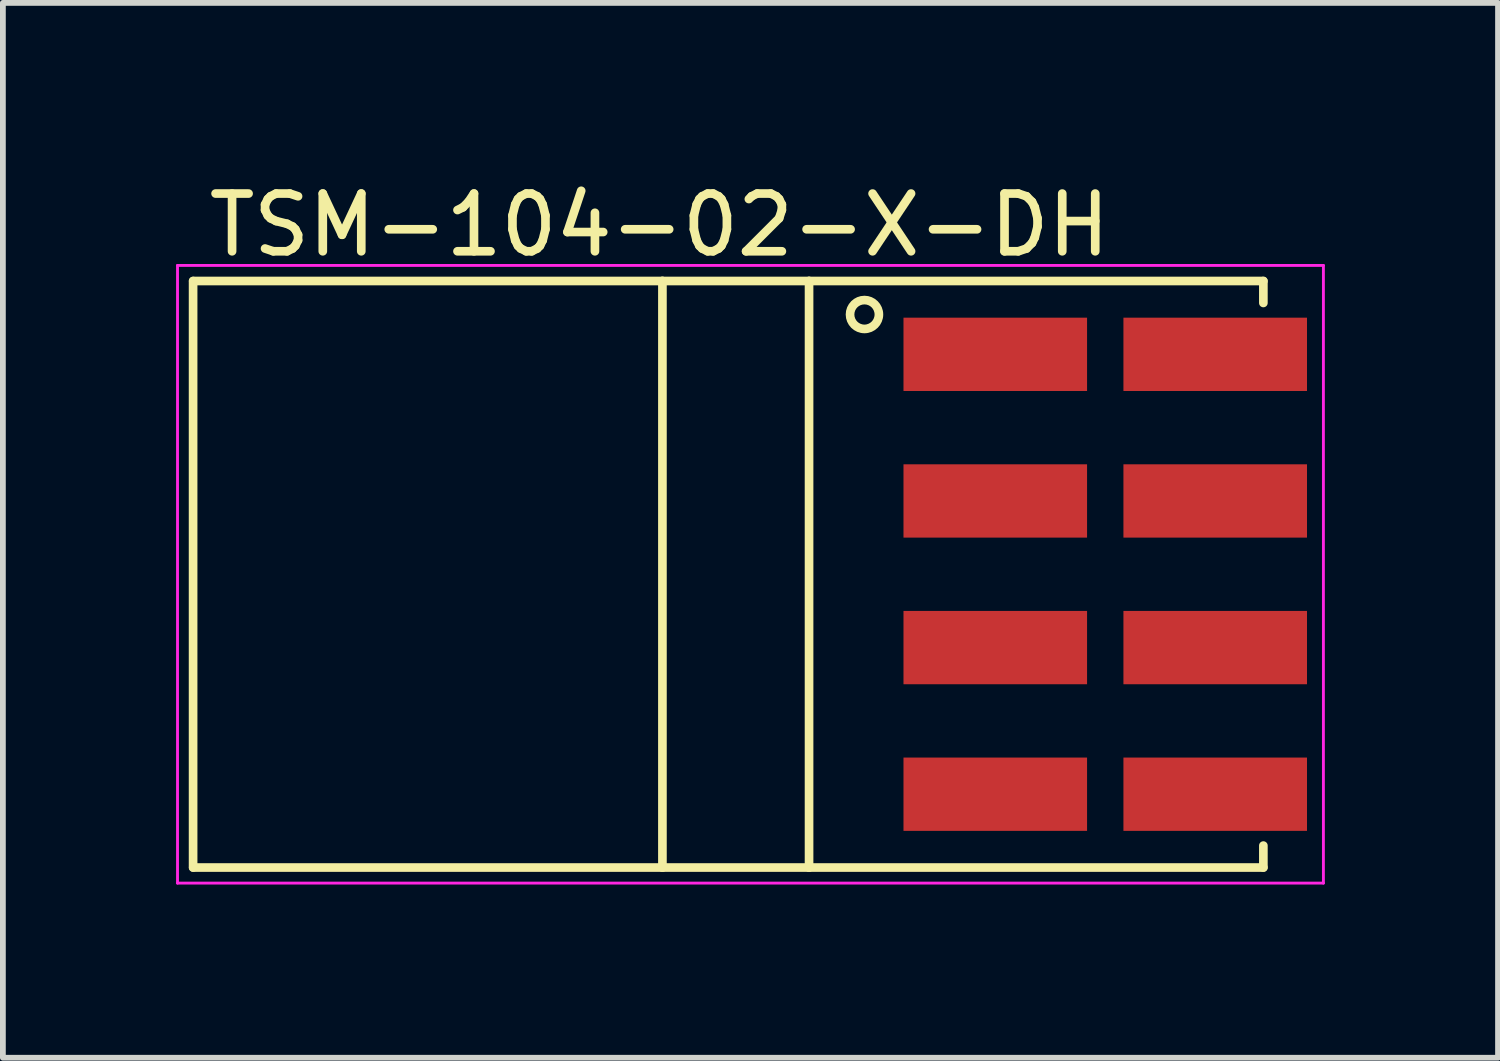
<source format=kicad_pcb>
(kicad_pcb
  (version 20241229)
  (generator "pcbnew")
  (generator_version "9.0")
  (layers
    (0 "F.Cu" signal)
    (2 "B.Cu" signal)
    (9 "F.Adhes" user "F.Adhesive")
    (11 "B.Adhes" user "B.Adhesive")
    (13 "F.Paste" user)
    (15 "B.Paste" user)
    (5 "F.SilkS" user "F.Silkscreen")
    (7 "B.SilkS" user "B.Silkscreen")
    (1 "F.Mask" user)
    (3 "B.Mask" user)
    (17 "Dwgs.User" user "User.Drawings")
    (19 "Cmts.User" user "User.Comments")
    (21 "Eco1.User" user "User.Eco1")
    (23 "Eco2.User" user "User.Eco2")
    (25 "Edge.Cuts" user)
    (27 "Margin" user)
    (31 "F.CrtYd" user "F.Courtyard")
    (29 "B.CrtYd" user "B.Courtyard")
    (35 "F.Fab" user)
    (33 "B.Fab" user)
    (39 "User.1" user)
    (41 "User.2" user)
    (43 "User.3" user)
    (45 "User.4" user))
  (footprint "TSM-104-02-X-DH"
    (layer "F.Cu")
    (at 8.425 6.898)
    (property "Reference" "TSM-104-02-X-DH" (at -0.05 -6.05 0) (layer "F.SilkS") (effects (font (size 1 1) (thickness 0.15))))
    (attr through_hole)
    (fp_line (start -8.13 -5.08) (end -8.13 5.08) (stroke (width 0.15) (type solid)) (layer "F.SilkS"))
    (fp_line (start -8.128 5.08) (end 0 5.08) (stroke (width 0.15) (type solid)) (layer "F.SilkS"))
    (fp_line (start 0 -5.08) (end -8.128 -5.08) (stroke (width 0.15) (type solid)) (layer "F.SilkS"))
    (fp_line (start 0 -5.08) (end 2.54 -5.08) (stroke (width 0.15) (type solid)) (layer "F.SilkS"))
    (fp_line (start 0 5.08) (end 0 -5.08) (stroke (width 0.15) (type solid)) (layer "F.SilkS"))
    (fp_line (start 2.54 -5.08) (end 2.54 5.08) (stroke (width 0.15) (type solid)) (layer "F.SilkS"))
    (fp_line (start 2.54 -5.08) (end 10.41 -5.08) (stroke (width 0.15) (type solid)) (layer "F.SilkS"))
    (fp_line (start 2.54 5.08) (end 0 5.08) (stroke (width 0.15) (type solid)) (layer "F.SilkS"))
    (fp_line (start 2.54 5.08) (end 10.41 5.08) (stroke (width 0.15) (type solid)) (layer "F.SilkS"))
    (fp_line (start 10.41 -5.08) (end 10.41 -4.7) (stroke (width 0.15) (type solid)) (layer "F.SilkS"))
    (fp_line (start 10.41 5.08) (end 10.41 4.7) (stroke (width 0.15) (type solid)) (layer "F.SilkS"))
    (fp_circle (center 3.5 -4.5) (end 3.75 -4.5) (stroke (width 0.15) (type solid)) (fill no) (layer "F.SilkS"))
    (fp_line (start -8.4 -5.35) (end 11.45 -5.35) (stroke (width 0.05) (type solid)) (layer "F.CrtYd"))
    (fp_line (start -8.4 5.35) (end -8.4 -5.35) (stroke (width 0.05) (type solid)) (layer "F.CrtYd"))
    (fp_line (start 11.45 -5.35) (end 11.45 5.35) (stroke (width 0.05) (type solid)) (layer "F.CrtYd"))
    (fp_line (start 11.45 5.35) (end -8.4 5.35) (stroke (width 0.05) (type solid)) (layer "F.CrtYd"))
    (pad "1" smd rect (at 5.766 -3.81) (size 3.18 1.27) (layers "F.Cu" "F.Mask" "F.Paste"))
    (pad "2" smd rect (at 9.576 -3.81) (size 3.18 1.27) (layers "F.Cu" "F.Mask" "F.Paste"))
    (pad "3" smd rect (at 5.766 -1.27) (size 3.18 1.27) (layers "F.Cu" "F.Mask" "F.Paste"))
    (pad "4" smd rect (at 9.576 -1.27) (size 3.18 1.27) (layers "F.Cu" "F.Mask" "F.Paste"))
    (pad "5" smd rect (at 5.766 1.27) (size 3.18 1.27) (layers "F.Cu" "F.Mask" "F.Paste"))
    (pad "6" smd rect (at 9.576 1.27) (size 3.18 1.27) (layers "F.Cu" "F.Mask" "F.Paste"))
    (pad "7" smd rect (at 5.766 3.81) (size 3.18 1.27) (layers "F.Cu" "F.Mask" "F.Paste"))
    (pad "8" smd rect (at 9.576 3.81) (size 3.18 1.27) (layers "F.Cu" "F.Mask" "F.Paste")))
  (gr_rect
    (start -3 -3)
    (end 22.9 15.273)
    (stroke (width 0.1) (type default))
    (fill no)
    (layer "Edge.Cuts")))
</source>
